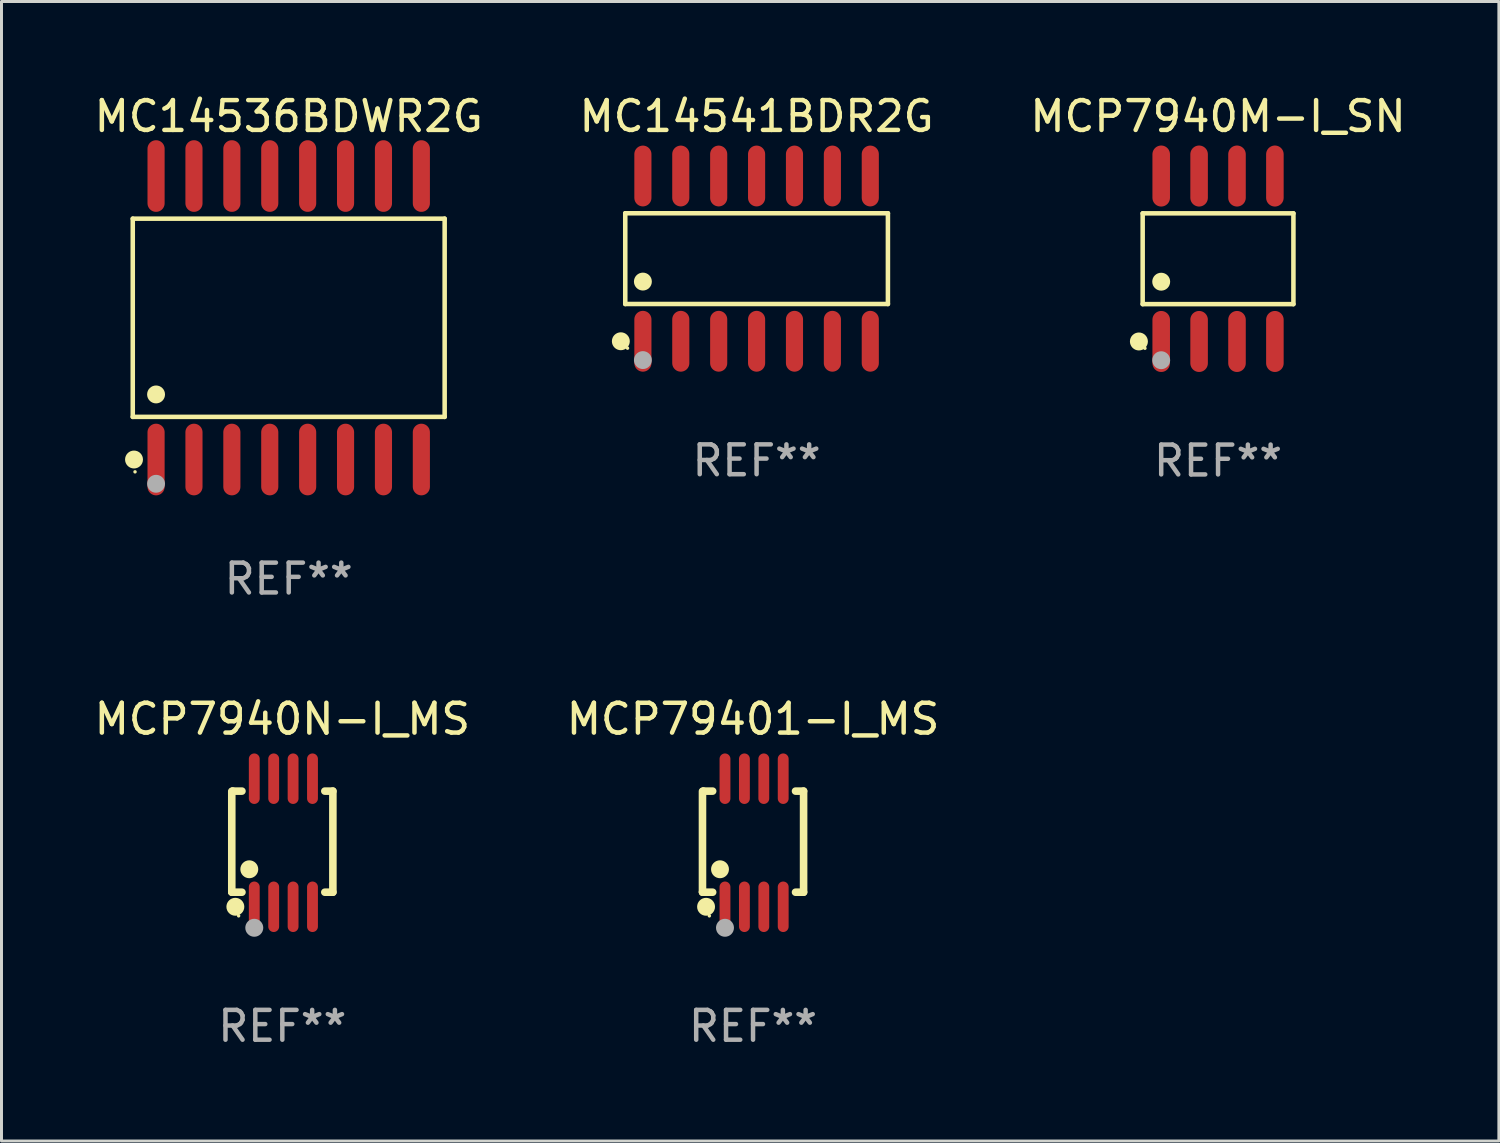
<source format=kicad_pcb>
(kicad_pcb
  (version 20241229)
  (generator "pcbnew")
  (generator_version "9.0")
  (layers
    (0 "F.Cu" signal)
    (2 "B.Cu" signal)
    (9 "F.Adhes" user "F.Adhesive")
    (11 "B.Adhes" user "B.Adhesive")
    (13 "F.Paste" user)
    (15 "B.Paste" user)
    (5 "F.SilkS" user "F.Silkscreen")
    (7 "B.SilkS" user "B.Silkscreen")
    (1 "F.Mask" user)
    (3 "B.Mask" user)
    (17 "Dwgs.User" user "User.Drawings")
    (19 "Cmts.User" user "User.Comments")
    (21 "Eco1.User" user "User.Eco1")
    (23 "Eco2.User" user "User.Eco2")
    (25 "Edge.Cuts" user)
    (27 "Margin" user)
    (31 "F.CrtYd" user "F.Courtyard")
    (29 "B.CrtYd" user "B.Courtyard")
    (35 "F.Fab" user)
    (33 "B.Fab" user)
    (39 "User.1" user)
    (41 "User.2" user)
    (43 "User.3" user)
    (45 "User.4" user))
  (footprint "MCP7940M-I_SN"
    (layer "F.Cu")
    (at 37.768 5.621)
    (property "Reference" "MCP7940M-I_SN" (at 0 -4.772 0) (layer "F.SilkS") (effects (font (size 1 1) (thickness 0.15))))
    (attr through_hole)
    (fp_line (start -2.526 -1.521) (end 2.526 -1.521) (stroke (width 0.152) (type solid)) (layer "F.SilkS"))
    (fp_line (start -2.526 1.521) (end -2.526 -1.521) (stroke (width 0.152) (type solid)) (layer "F.SilkS"))
    (fp_line (start 2.526 -1.521) (end 2.526 1.521) (stroke (width 0.152) (type solid)) (layer "F.SilkS"))
    (fp_line (start 2.526 1.521) (end -2.526 1.521) (stroke (width 0.152) (type solid)) (layer "F.SilkS"))
    (fp_circle (center -2.652 2.772) (end -2.501 2.772) (stroke (width 0.3) (type solid)) (fill no) (layer "F.SilkS"))
    (fp_circle (center -2.45 3) (end -2.42 3) (stroke (width 0.06) (type solid)) (fill no) (layer "F.SilkS"))
    (fp_circle (center -1.905 0.769) (end -1.755 0.769) (stroke (width 0.3) (type solid)) (fill no) (layer "F.SilkS"))
    (fp_circle (center -1.905 3.4) (end -1.755 3.4) (stroke (width 0.3) (type solid)) (fill no) (layer "F.Fab"))
    (fp_text user "REF**" (at 0 6.772 0) (layer "F.Fab") (effects (font (size 1 1) (thickness 0.15))))
    (pad "1" smd oval (at -1.905 2.772) (size 0.588 2.045) (layers "F.Cu" "F.Mask" "F.Paste"))
    (pad "2" smd oval (at -0.635 2.772) (size 0.588 2.045) (layers "F.Cu" "F.Mask" "F.Paste"))
    (pad "3" smd oval (at 0.635 2.772) (size 0.588 2.045) (layers "F.Cu" "F.Mask" "F.Paste"))
    (pad "4" smd oval (at 1.905 2.772) (size 0.588 2.045) (layers "F.Cu" "F.Mask" "F.Paste"))
    (pad "5" smd oval (at 1.905 -2.772) (size 0.588 2.045) (layers "F.Cu" "F.Mask" "F.Paste"))
    (pad "6" smd oval (at 0.635 -2.772) (size 0.588 2.045) (layers "F.Cu" "F.Mask" "F.Paste"))
    (pad "7" smd oval (at -0.635 -2.772) (size 0.588 2.045) (layers "F.Cu" "F.Mask" "F.Paste"))
    (pad "8" smd oval (at -1.905 -2.772) (size 0.588 2.045) (layers "F.Cu" "F.Mask" "F.Paste")))
  (footprint "MC14541BDR2G"
    (layer "F.Cu")
    (at 22.304 5.617)
    (property "Reference" "MC14541BDR2G" (at 0 -4.769 0) (layer "F.SilkS") (effects (font (size 1 1) (thickness 0.15))))
    (attr through_hole)
    (fp_line (start -4.401 -1.521) (end 4.401 -1.521) (stroke (width 0.152) (type solid)) (layer "F.SilkS"))
    (fp_line (start -4.401 1.521) (end -4.401 -1.521) (stroke (width 0.152) (type solid)) (layer "F.SilkS"))
    (fp_line (start 4.401 -1.521) (end 4.401 1.521) (stroke (width 0.152) (type solid)) (layer "F.SilkS"))
    (fp_line (start 4.401 1.521) (end -4.401 1.521) (stroke (width 0.152) (type solid)) (layer "F.SilkS"))
    (fp_circle (center -4.549 2.769) (end -4.399 2.769) (stroke (width 0.3) (type solid)) (fill no) (layer "F.SilkS"))
    (fp_circle (center -4.325 3) (end -4.295 3) (stroke (width 0.06) (type solid)) (fill no) (layer "F.SilkS"))
    (fp_circle (center -3.81 0.769) (end -3.66 0.769) (stroke (width 0.3) (type solid)) (fill no) (layer "F.SilkS"))
    (fp_circle (center -3.81 3.4) (end -3.66 3.4) (stroke (width 0.3) (type solid)) (fill no) (layer "F.Fab"))
    (fp_text user "REF**" (at 0 6.769 0) (layer "F.Fab") (effects (font (size 1 1) (thickness 0.15))))
    (pad "1" smd oval (at -3.81 2.769) (size 0.574 2.038) (layers "F.Cu" "F.Mask" "F.Paste"))
    (pad "2" smd oval (at -2.54 2.769) (size 0.574 2.038) (layers "F.Cu" "F.Mask" "F.Paste"))
    (pad "3" smd oval (at -1.27 2.769) (size 0.574 2.038) (layers "F.Cu" "F.Mask" "F.Paste"))
    (pad "4" smd oval (at 0 2.769) (size 0.574 2.038) (layers "F.Cu" "F.Mask" "F.Paste"))
    (pad "5" smd oval (at 1.27 2.769) (size 0.574 2.038) (layers "F.Cu" "F.Mask" "F.Paste"))
    (pad "6" smd oval (at 2.54 2.769) (size 0.574 2.038) (layers "F.Cu" "F.Mask" "F.Paste"))
    (pad "7" smd oval (at 3.81 2.769) (size 0.574 2.038) (layers "F.Cu" "F.Mask" "F.Paste"))
    (pad "8" smd oval (at 3.81 -2.769) (size 0.574 2.038) (layers "F.Cu" "F.Mask" "F.Paste"))
    (pad "9" smd oval (at 2.54 -2.769) (size 0.574 2.038) (layers "F.Cu" "F.Mask" "F.Paste"))
    (pad "10" smd oval (at 1.27 -2.769) (size 0.574 2.038) (layers "F.Cu" "F.Mask" "F.Paste"))
    (pad "11" smd oval (at 0 -2.769) (size 0.574 2.038) (layers "F.Cu" "F.Mask" "F.Paste"))
    (pad "12" smd oval (at -1.27 -2.769) (size 0.574 2.038) (layers "F.Cu" "F.Mask" "F.Paste"))
    (pad "13" smd oval (at -2.54 -2.769) (size 0.574 2.038) (layers "F.Cu" "F.Mask" "F.Paste"))
    (pad "14" smd oval (at -3.81 -2.769) (size 0.574 2.038) (layers "F.Cu" "F.Mask" "F.Paste")))
  (footprint "MCP79401-I_MS"
    (layer "F.Cu")
    (at 22.185 25.191)
    (property "Reference" "MCP79401-I_MS" (at 0 -4.146 0) (layer "F.SilkS") (effects (font (size 1 1) (thickness 0.15))))
    (attr through_hole)
    (fp_line (start -1.694 -1.724) (end -1.694 1.652) (stroke (width 0.254) (type solid)) (layer "F.SilkS"))
    (fp_line (start -1.694 1.652) (end -1.688 1.658) (stroke (width 0.254) (type solid)) (layer "F.SilkS"))
    (fp_line (start -1.688 1.658) (end -1.353 1.658) (stroke (width 0.254) (type solid)) (layer "F.SilkS"))
    (fp_line (start -1.661 -1.73) (end -1.681 -1.71) (stroke (width 0.254) (type solid)) (layer "F.SilkS"))
    (fp_line (start -1.353 -1.73) (end -1.661 -1.73) (stroke (width 0.254) (type solid)) (layer "F.SilkS"))
    (fp_line (start 1.424 1.658) (end 1.694 1.658) (stroke (width 0.254) (type solid)) (layer "F.SilkS"))
    (fp_line (start 1.694 -1.73) (end 1.424 -1.73) (stroke (width 0.254) (type solid)) (layer "F.SilkS"))
    (fp_line (start 1.694 1.658) (end 1.694 -1.73) (stroke (width 0.254) (type solid)) (layer "F.SilkS"))
    (fp_circle (center -1.574 2.146) (end -1.424 2.146) (stroke (width 0.3) (type solid)) (fill no) (layer "F.SilkS"))
    (fp_circle (center -1.464 2.45) (end -1.434 2.45) (stroke (width 0.06) (type solid)) (fill no) (layer "F.SilkS"))
    (fp_circle (center -1.107 0.889) (end -0.957 0.889) (stroke (width 0.3) (type solid)) (fill no) (layer "F.SilkS"))
    (fp_circle (center -0.94 2.85) (end -0.789 2.85) (stroke (width 0.3) (type solid)) (fill no) (layer "F.Fab"))
    (fp_text user "REF**" (at 0 6.146 0) (layer "F.Fab") (effects (font (size 1 1) (thickness 0.15))))
    (pad "1" smd oval (at -0.94 2.146) (size 0.364 1.692) (layers "F.Cu" "F.Mask" "F.Paste"))
    (pad "2" smd oval (at -0.289 2.146) (size 0.364 1.692) (layers "F.Cu" "F.Mask" "F.Paste"))
    (pad "3" smd oval (at 0.361 2.146) (size 0.364 1.692) (layers "F.Cu" "F.Mask" "F.Paste"))
    (pad "4" smd oval (at 1.011 2.146) (size 0.364 1.692) (layers "F.Cu" "F.Mask" "F.Paste"))
    (pad "5" smd oval (at 1.011 -2.146) (size 0.364 1.692) (layers "F.Cu" "F.Mask" "F.Paste"))
    (pad "6" smd oval (at 0.361 -2.146) (size 0.364 1.692) (layers "F.Cu" "F.Mask" "F.Paste"))
    (pad "7" smd oval (at -0.289 -2.146) (size 0.364 1.692) (layers "F.Cu" "F.Mask" "F.Paste"))
    (pad "8" smd oval (at -0.94 -2.146) (size 0.364 1.692) (layers "F.Cu" "F.Mask" "F.Paste")))
  (footprint "MC14536BDWR2G"
    (layer "F.Cu")
    (at 6.625 7.599)
    (property "Reference" "MC14536BDWR2G" (at 0 -6.75 0) (layer "F.SilkS") (effects (font (size 1 1) (thickness 0.15))))
    (attr through_hole)
    (fp_line (start -5.226 -3.321) (end 5.226 -3.321) (stroke (width 0.152) (type solid)) (layer "F.SilkS"))
    (fp_line (start -5.226 3.321) (end -5.226 -3.321) (stroke (width 0.152) (type solid)) (layer "F.SilkS"))
    (fp_line (start 5.226 -3.321) (end 5.226 3.321) (stroke (width 0.152) (type solid)) (layer "F.SilkS"))
    (fp_line (start 5.226 3.321) (end -5.226 3.321) (stroke (width 0.152) (type solid)) (layer "F.SilkS"))
    (fp_circle (center -5.184 4.75) (end -5.034 4.75) (stroke (width 0.3) (type solid)) (fill no) (layer "F.SilkS"))
    (fp_circle (center -5.15 5.163) (end -5.12 5.163) (stroke (width 0.06) (type solid)) (fill no) (layer "F.SilkS"))
    (fp_circle (center -4.445 2.569) (end -4.295 2.569) (stroke (width 0.3) (type solid)) (fill no) (layer "F.SilkS"))
    (fp_circle (center -4.445 5.563) (end -4.295 5.563) (stroke (width 0.3) (type solid)) (fill no) (layer "F.Fab"))
    (fp_text user "REF**" (at 0 8.75 0) (layer "F.Fab") (effects (font (size 1 1) (thickness 0.15))))
    (pad "1" smd oval (at -4.445 4.75) (size 0.574 2.401) (layers "F.Cu" "F.Mask" "F.Paste"))
    (pad "2" smd oval (at -3.175 4.75) (size 0.574 2.401) (layers "F.Cu" "F.Mask" "F.Paste"))
    (pad "3" smd oval (at -1.905 4.75) (size 0.574 2.401) (layers "F.Cu" "F.Mask" "F.Paste"))
    (pad "4" smd oval (at -0.635 4.75) (size 0.574 2.401) (layers "F.Cu" "F.Mask" "F.Paste"))
    (pad "5" smd oval (at 0.635 4.75) (size 0.574 2.401) (layers "F.Cu" "F.Mask" "F.Paste"))
    (pad "6" smd oval (at 1.905 4.75) (size 0.574 2.401) (layers "F.Cu" "F.Mask" "F.Paste"))
    (pad "7" smd oval (at 3.175 4.75) (size 0.574 2.401) (layers "F.Cu" "F.Mask" "F.Paste"))
    (pad "8" smd oval (at 4.445 4.75) (size 0.574 2.401) (layers "F.Cu" "F.Mask" "F.Paste"))
    (pad "9" smd oval (at 4.445 -4.75) (size 0.574 2.401) (layers "F.Cu" "F.Mask" "F.Paste"))
    (pad "10" smd oval (at 3.175 -4.75) (size 0.574 2.401) (layers "F.Cu" "F.Mask" "F.Paste"))
    (pad "11" smd oval (at 1.905 -4.75) (size 0.574 2.401) (layers "F.Cu" "F.Mask" "F.Paste"))
    (pad "12" smd oval (at 0.635 -4.75) (size 0.574 2.401) (layers "F.Cu" "F.Mask" "F.Paste"))
    (pad "13" smd oval (at -0.635 -4.75) (size 0.574 2.401) (layers "F.Cu" "F.Mask" "F.Paste"))
    (pad "14" smd oval (at -1.905 -4.75) (size 0.574 2.401) (layers "F.Cu" "F.Mask" "F.Paste"))
    (pad "15" smd oval (at -3.175 -4.75) (size 0.574 2.401) (layers "F.Cu" "F.Mask" "F.Paste"))
    (pad "16" smd oval (at -4.445 -4.75) (size 0.574 2.401) (layers "F.Cu" "F.Mask" "F.Paste")))
  (footprint "MCP7940N-I_MS"
    (layer "F.Cu")
    (at 6.411 25.191)
    (property "Reference" "MCP7940N-I_MS" (at 0 -4.146 0) (layer "F.SilkS") (effects (font (size 1 1) (thickness 0.15))))
    (attr through_hole)
    (fp_line (start -1.694 -1.724) (end -1.694 1.652) (stroke (width 0.254) (type solid)) (layer "F.SilkS"))
    (fp_line (start -1.694 1.652) (end -1.688 1.658) (stroke (width 0.254) (type solid)) (layer "F.SilkS"))
    (fp_line (start -1.688 1.658) (end -1.353 1.658) (stroke (width 0.254) (type solid)) (layer "F.SilkS"))
    (fp_line (start -1.661 -1.73) (end -1.681 -1.71) (stroke (width 0.254) (type solid)) (layer "F.SilkS"))
    (fp_line (start -1.353 -1.73) (end -1.661 -1.73) (stroke (width 0.254) (type solid)) (layer "F.SilkS"))
    (fp_line (start 1.424 1.658) (end 1.694 1.658) (stroke (width 0.254) (type solid)) (layer "F.SilkS"))
    (fp_line (start 1.694 -1.73) (end 1.424 -1.73) (stroke (width 0.254) (type solid)) (layer "F.SilkS"))
    (fp_line (start 1.694 1.658) (end 1.694 -1.73) (stroke (width 0.254) (type solid)) (layer "F.SilkS"))
    (fp_circle (center -1.574 2.146) (end -1.424 2.146) (stroke (width 0.3) (type solid)) (fill no) (layer "F.SilkS"))
    (fp_circle (center -1.464 2.45) (end -1.434 2.45) (stroke (width 0.06) (type solid)) (fill no) (layer "F.SilkS"))
    (fp_circle (center -1.107 0.889) (end -0.957 0.889) (stroke (width 0.3) (type solid)) (fill no) (layer "F.SilkS"))
    (fp_circle (center -0.94 2.85) (end -0.789 2.85) (stroke (width 0.3) (type solid)) (fill no) (layer "F.Fab"))
    (fp_text user "REF**" (at 0 6.146 0) (layer "F.Fab") (effects (font (size 1 1) (thickness 0.15))))
    (pad "1" smd oval (at -0.94 2.146) (size 0.364 1.692) (layers "F.Cu" "F.Mask" "F.Paste"))
    (pad "2" smd oval (at -0.289 2.146) (size 0.364 1.692) (layers "F.Cu" "F.Mask" "F.Paste"))
    (pad "3" smd oval (at 0.361 2.146) (size 0.364 1.692) (layers "F.Cu" "F.Mask" "F.Paste"))
    (pad "4" smd oval (at 1.011 2.146) (size 0.364 1.692) (layers "F.Cu" "F.Mask" "F.Paste"))
    (pad "5" smd oval (at 1.011 -2.146) (size 0.364 1.692) (layers "F.Cu" "F.Mask" "F.Paste"))
    (pad "6" smd oval (at 0.361 -2.146) (size 0.364 1.692) (layers "F.Cu" "F.Mask" "F.Paste"))
    (pad "7" smd oval (at -0.289 -2.146) (size 0.364 1.692) (layers "F.Cu" "F.Mask" "F.Paste"))
    (pad "8" smd oval (at -0.94 -2.146) (size 0.364 1.692) (layers "F.Cu" "F.Mask" "F.Paste")))
  (gr_rect
    (start -3 -3)
    (end 47.179 35.186)
    (stroke (width 0.1) (type default))
    (fill no)
    (layer "Edge.Cuts")))
</source>
